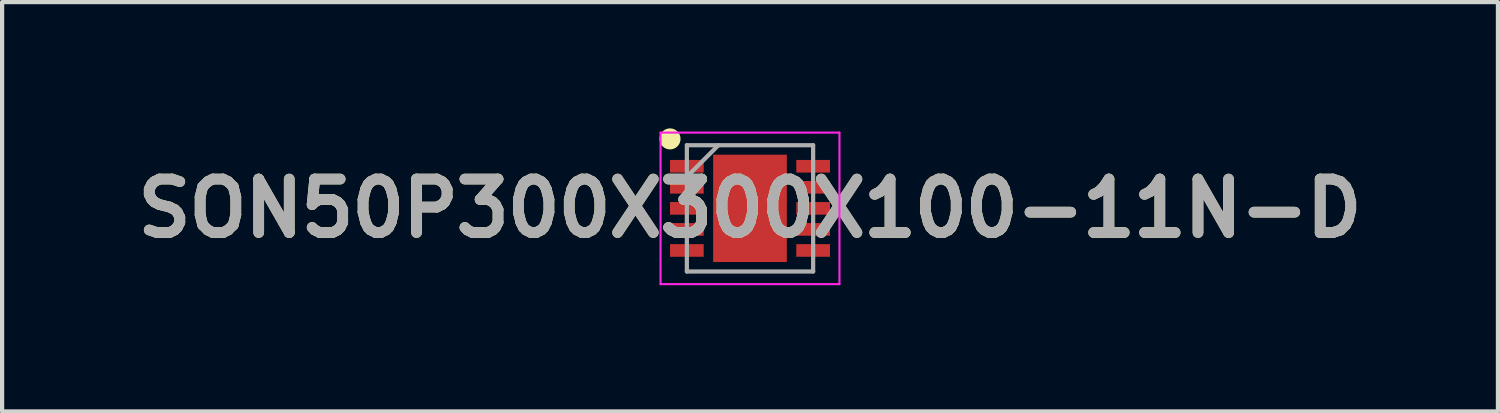
<source format=kicad_pcb>
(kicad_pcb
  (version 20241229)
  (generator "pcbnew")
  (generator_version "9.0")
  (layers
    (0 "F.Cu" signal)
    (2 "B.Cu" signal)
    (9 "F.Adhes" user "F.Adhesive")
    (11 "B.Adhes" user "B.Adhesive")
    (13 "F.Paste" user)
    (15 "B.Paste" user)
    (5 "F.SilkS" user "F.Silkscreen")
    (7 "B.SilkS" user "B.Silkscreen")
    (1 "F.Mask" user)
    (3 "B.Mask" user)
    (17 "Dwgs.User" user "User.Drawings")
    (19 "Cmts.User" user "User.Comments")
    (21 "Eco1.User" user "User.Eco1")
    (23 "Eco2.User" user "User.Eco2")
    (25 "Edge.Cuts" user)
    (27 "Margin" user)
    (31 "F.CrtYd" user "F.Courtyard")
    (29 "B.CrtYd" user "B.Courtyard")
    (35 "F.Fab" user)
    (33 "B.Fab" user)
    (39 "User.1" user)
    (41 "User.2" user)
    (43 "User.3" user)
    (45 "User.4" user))
  (footprint "SON50P300X300X100-11N-D"
    (layer "F.Cu")
    (at 14.768 1.9)
    (property "Reference" "SON50P300X300X100-11N-D" (at 0 0 0) (layer "F.SilkS") (effects (font (size 1.27 1.27) (thickness 0.254))))
    (attr smd)
    (fp_circle (center -1.9 -1.65) (end -1.9 -1.525) (stroke (width 0.25) (type solid)) (fill no) (layer "F.SilkS"))
    (fp_line (start -2.125 -1.8) (end 2.125 -1.8) (stroke (width 0.05) (type solid)) (layer "F.CrtYd"))
    (fp_line (start -2.125 1.8) (end -2.125 -1.8) (stroke (width 0.05) (type solid)) (layer "F.CrtYd"))
    (fp_line (start 2.125 -1.8) (end 2.125 1.8) (stroke (width 0.05) (type solid)) (layer "F.CrtYd"))
    (fp_line (start 2.125 1.8) (end -2.125 1.8) (stroke (width 0.05) (type solid)) (layer "F.CrtYd"))
    (fp_line (start -1.5 -1.5) (end 1.5 -1.5) (stroke (width 0.1) (type solid)) (layer "F.Fab"))
    (fp_line (start -1.5 -0.75) (end -0.75 -1.5) (stroke (width 0.1) (type solid)) (layer "F.Fab"))
    (fp_line (start -1.5 1.5) (end -1.5 -1.5) (stroke (width 0.1) (type solid)) (layer "F.Fab"))
    (fp_line (start 1.5 -1.5) (end 1.5 1.5) (stroke (width 0.1) (type solid)) (layer "F.Fab"))
    (fp_line (start 1.5 1.5) (end -1.5 1.5) (stroke (width 0.1) (type solid)) (layer "F.Fab"))
    (fp_text user "${REFERENCE}" (at 0 0 0) (layer "F.Fab") (effects (font (size 1.27 1.27) (thickness 0.254))))
    (pad "1" smd rect (at -1.5 -1 90) (size 0.3 0.8) (layers "F.Cu" "F.Mask" "F.Paste"))
    (pad "2" smd rect (at -1.5 -0.5 90) (size 0.3 0.8) (layers "F.Cu" "F.Mask" "F.Paste"))
    (pad "3" smd rect (at -1.5 0 90) (size 0.3 0.8) (layers "F.Cu" "F.Mask" "F.Paste"))
    (pad "4" smd rect (at -1.5 0.5 90) (size 0.3 0.8) (layers "F.Cu" "F.Mask" "F.Paste"))
    (pad "5" smd rect (at -1.5 1 90) (size 0.3 0.8) (layers "F.Cu" "F.Mask" "F.Paste"))
    (pad "6" smd rect (at 1.5 1 90) (size 0.3 0.8) (layers "F.Cu" "F.Mask" "F.Paste"))
    (pad "7" smd rect (at 1.5 0.5 90) (size 0.3 0.8) (layers "F.Cu" "F.Mask" "F.Paste"))
    (pad "8" smd rect (at 1.5 0 90) (size 0.3 0.8) (layers "F.Cu" "F.Mask" "F.Paste"))
    (pad "9" smd rect (at 1.5 -0.5 90) (size 0.3 0.8) (layers "F.Cu" "F.Mask" "F.Paste"))
    (pad "10" smd rect (at 1.5 -1 90) (size 0.3 0.8) (layers "F.Cu" "F.Mask" "F.Paste"))
    (pad "11" smd rect (at 0 0) (size 1.75 2.55) (layers "F.Cu" "F.Mask" "F.Paste")))
  (gr_rect
    (start -3 -3)
    (end 32.537 6.725)
    (stroke (width 0.1) (type default))
    (fill no)
    (layer "Edge.Cuts")))
</source>
